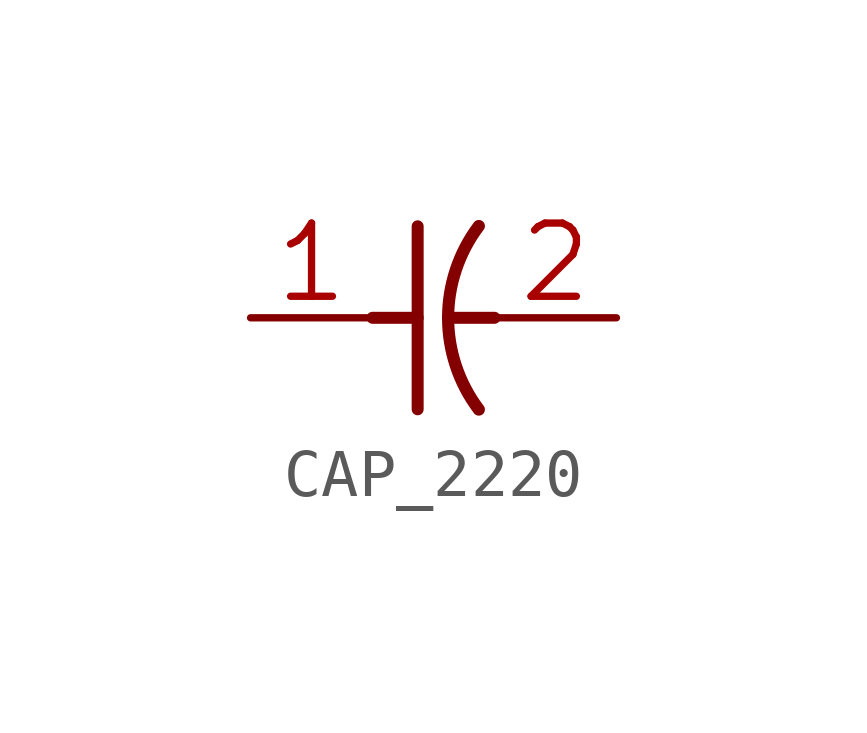
<source format=kicad_sym>
(kicad_symbol_lib
  (version 20241209)
  (generator "kicad_symbol_editor")
  (generator_version "9.0")
  (symbol "CAP_2220"
    (property "Reference" "C"
      (at 0 0 0)
      (effects (font (size 1.27 1.27)) (hide yes)))
    (property "ki_locked" ""
      (at 0 0 0)
      (effects (font (size 1.27 1.27))))
    (symbol "CAP_2220_1_0"
      (polyline (pts (xy -1.27 0) (xy -0.33 0)) (stroke (width 0.25) (type solid)) (fill (type none)))
      (polyline (pts (xy -0.33 -1.905) (xy -0.33 1.905)) (stroke (width 0.25) (type solid)) (fill (type none)))
      (polyline (pts (xy 0.305 0) (xy 1.27 0)) (stroke (width 0.25) (type solid)) (fill (type none)))
      (arc (start 0.9439 -1.9109) (mid 0.3044 0.0001) (end 0.944 1.911) (stroke (width 0.254) (type solid)) (fill (type none)))
      (pin passive line (at -3.81 0 0) (length 2.54) (name "1" (effects (font (size 0 0)))) (number "1" (effects (font (size 1.524 1.524)))))
      (pin passive line (at 3.81 0 180) (length 2.54) (name "2" (effects (font (size 0 0)))) (number "2" (effects (font (size 1.524 1.524))))))))
</source>
